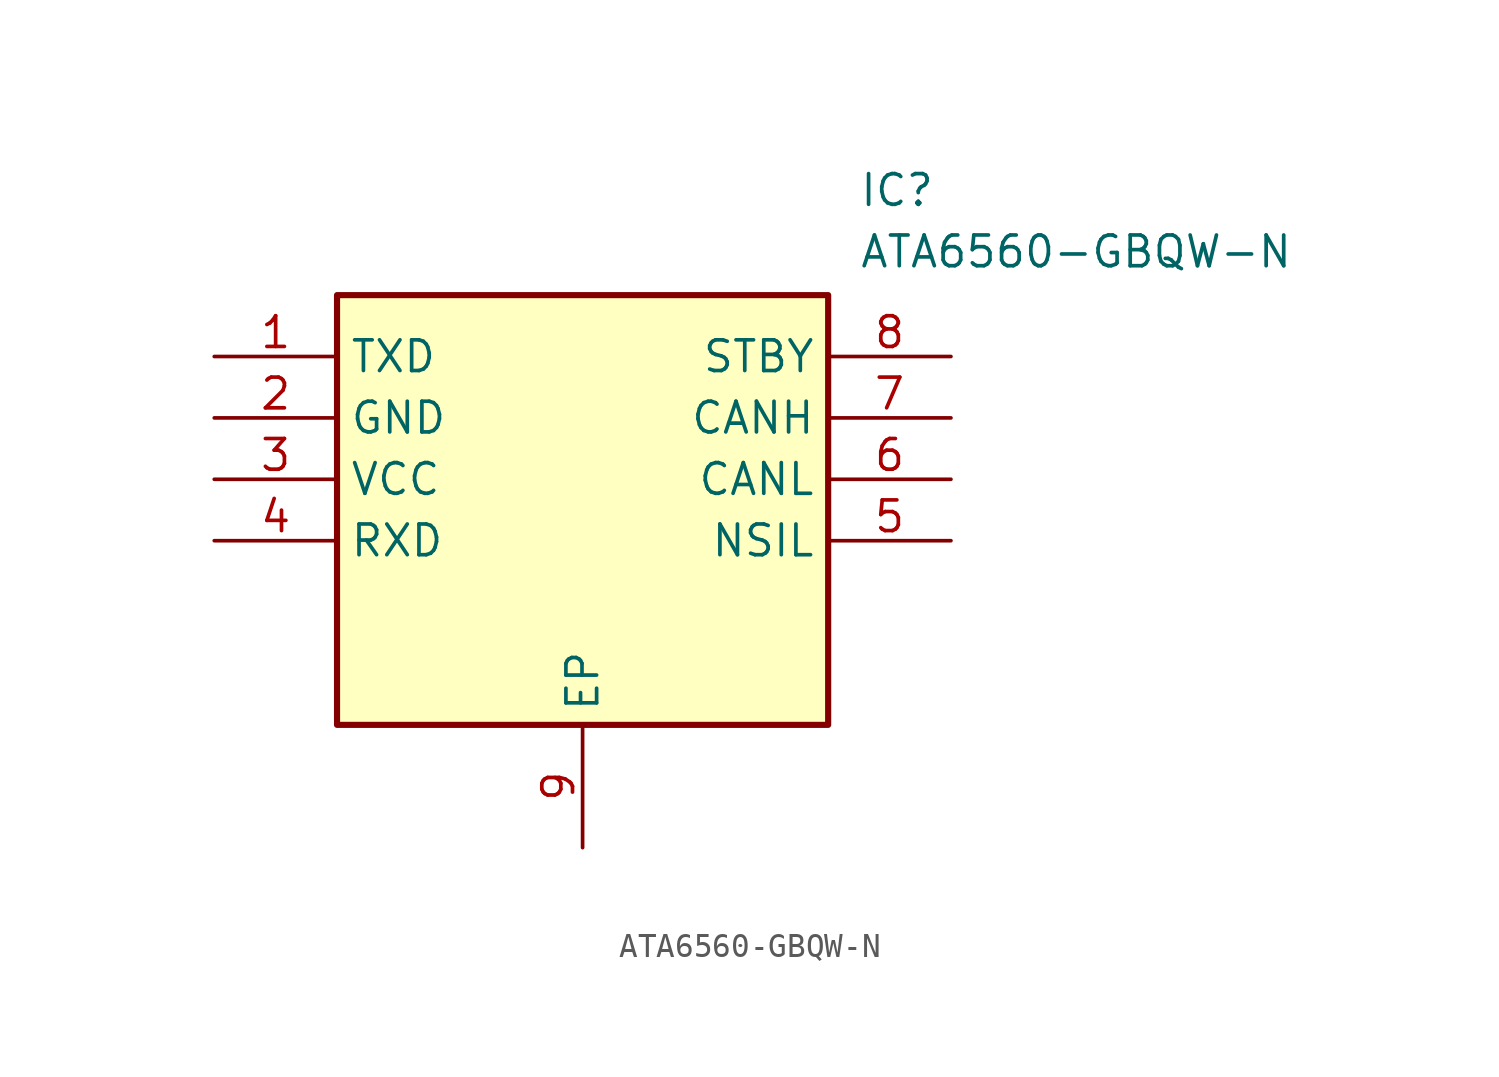
<source format=kicad_sym>
(kicad_symbol_lib
  (version 20211014)
  (generator SamacSys_ECAD_Model)
  (symbol "ATA6560-GBQW-N"
    (property "Reference" "IC"
      (at 26.67 7.62 0)
      (effects (font (size 1.27 1.27)) (justify left top)))
    (property "Value" "ATA6560-GBQW-N"
      (at 26.67 5.08 0)
      (effects (font (size 1.27 1.27)) (justify left top)))
    (rectangle
      (start 5.08 2.54)
      (end 25.4 -15.24)
      (stroke (width 0.254) (type default))
      (fill (type background)))
    (pin passive line
      (at 0 0 0)
      (length 5.08)
      (name "TXD" (effects (font (size 1.27 1.27))))
      (number "1" (effects (font (size 1.27 1.27)))))
    (pin passive line
      (at 0 -2.54 0)
      (length 5.08)
      (name "GND" (effects (font (size 1.27 1.27))))
      (number "2" (effects (font (size 1.27 1.27)))))
    (pin passive line
      (at 0 -5.08 0)
      (length 5.08)
      (name "VCC" (effects (font (size 1.27 1.27))))
      (number "3" (effects (font (size 1.27 1.27)))))
    (pin passive line
      (at 0 -7.62 0)
      (length 5.08)
      (name "RXD" (effects (font (size 1.27 1.27))))
      (number "4" (effects (font (size 1.27 1.27)))))
    (pin passive line
      (at 15.24 -20.32 90)
      (length 5.08)
      (name "EP" (effects (font (size 1.27 1.27))))
      (number "9" (effects (font (size 1.27 1.27)))))
    (pin passive line
      (at 30.48 0 180)
      (length 5.08)
      (name "STBY" (effects (font (size 1.27 1.27))))
      (number "8" (effects (font (size 1.27 1.27)))))
    (pin passive line
      (at 30.48 -2.54 180)
      (length 5.08)
      (name "CANH" (effects (font (size 1.27 1.27))))
      (number "7" (effects (font (size 1.27 1.27)))))
    (pin passive line
      (at 30.48 -5.08 180)
      (length 5.08)
      (name "CANL" (effects (font (size 1.27 1.27))))
      (number "6" (effects (font (size 1.27 1.27)))))
    (pin passive line
      (at 30.48 -7.62 180)
      (length 5.08)
      (name "NSIL" (effects (font (size 1.27 1.27))))
      (number "5" (effects (font (size 1.27 1.27)))))))
</source>
